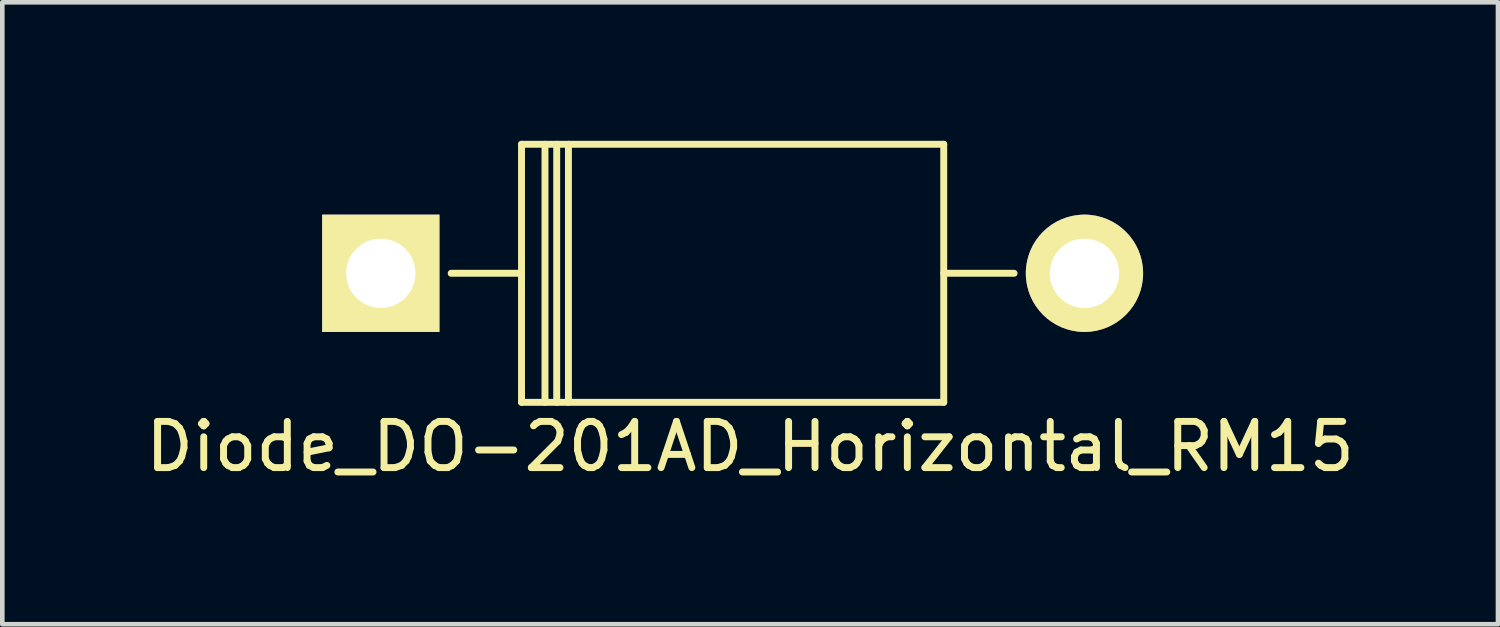
<source format=kicad_pcb>
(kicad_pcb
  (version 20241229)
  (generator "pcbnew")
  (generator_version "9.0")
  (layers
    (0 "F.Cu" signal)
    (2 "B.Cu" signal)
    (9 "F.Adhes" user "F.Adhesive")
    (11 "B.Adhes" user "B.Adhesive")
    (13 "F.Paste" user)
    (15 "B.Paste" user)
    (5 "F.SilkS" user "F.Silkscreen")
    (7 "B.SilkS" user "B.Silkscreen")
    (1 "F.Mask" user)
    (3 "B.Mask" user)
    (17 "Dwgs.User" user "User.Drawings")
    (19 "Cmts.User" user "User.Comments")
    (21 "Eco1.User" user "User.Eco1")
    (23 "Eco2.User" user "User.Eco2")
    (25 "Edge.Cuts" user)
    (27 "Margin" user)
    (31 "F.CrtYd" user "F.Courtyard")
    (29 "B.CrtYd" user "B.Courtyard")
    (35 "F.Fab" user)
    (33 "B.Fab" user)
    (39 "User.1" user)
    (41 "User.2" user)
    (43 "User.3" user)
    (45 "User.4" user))
  (footprint "Diode_DO-201AD_Horizontal_RM15"
    (layer "F.Cu")
    (at 5.196 2.872)
    (property "Reference" "Diode_DO-201AD_Horizontal_RM15" (at 8 3.75 0) (layer "F.SilkS") (effects (font (size 1 1) (thickness 0.15))))
    (attr through_hole)
    (fp_line (start 3.049 -2.797) (end 12.193 -2.797) (stroke (width 0.15) (type solid)) (layer "F.SilkS"))
    (fp_line (start 3.049 -0.003) (end 1.525 -0.003) (stroke (width 0.15) (type solid)) (layer "F.SilkS"))
    (fp_line (start 3.049 2.791) (end 3.049 -2.797) (stroke (width 0.15) (type solid)) (layer "F.SilkS"))
    (fp_line (start 3.557 -2.797) (end 3.557 2.791) (stroke (width 0.15) (type solid)) (layer "F.SilkS"))
    (fp_line (start 3.811 -2.797) (end 3.811 2.791) (stroke (width 0.15) (type solid)) (layer "F.SilkS"))
    (fp_line (start 4.065 -2.797) (end 4.065 2.791) (stroke (width 0.15) (type solid)) (layer "F.SilkS"))
    (fp_line (start 12.193 -2.797) (end 12.193 2.791) (stroke (width 0.15) (type solid)) (layer "F.SilkS"))
    (fp_line (start 12.193 -0.003) (end 13.717 -0.003) (stroke (width 0.15) (type solid)) (layer "F.SilkS"))
    (fp_line (start 12.193 2.791) (end 3.049 2.791) (stroke (width 0.15) (type solid)) (layer "F.SilkS"))
    (pad "1" thru_hole rect (at 0.001 -0.003 180) (size 2.54 2.54) (drill 1.501) (layers "*.Cu" "*.Mask" "F.SilkS"))
    (pad "2" thru_hole circle (at 15.241 -0.003 180) (size 2.54 2.54) (drill 1.501) (layers "*.Cu" "*.Mask" "F.SilkS")))
  (gr_rect
    (start -3 -3)
    (end 29.393 10.47)
    (stroke (width 0.1) (type default))
    (fill no)
    (layer "Edge.Cuts")))
</source>
